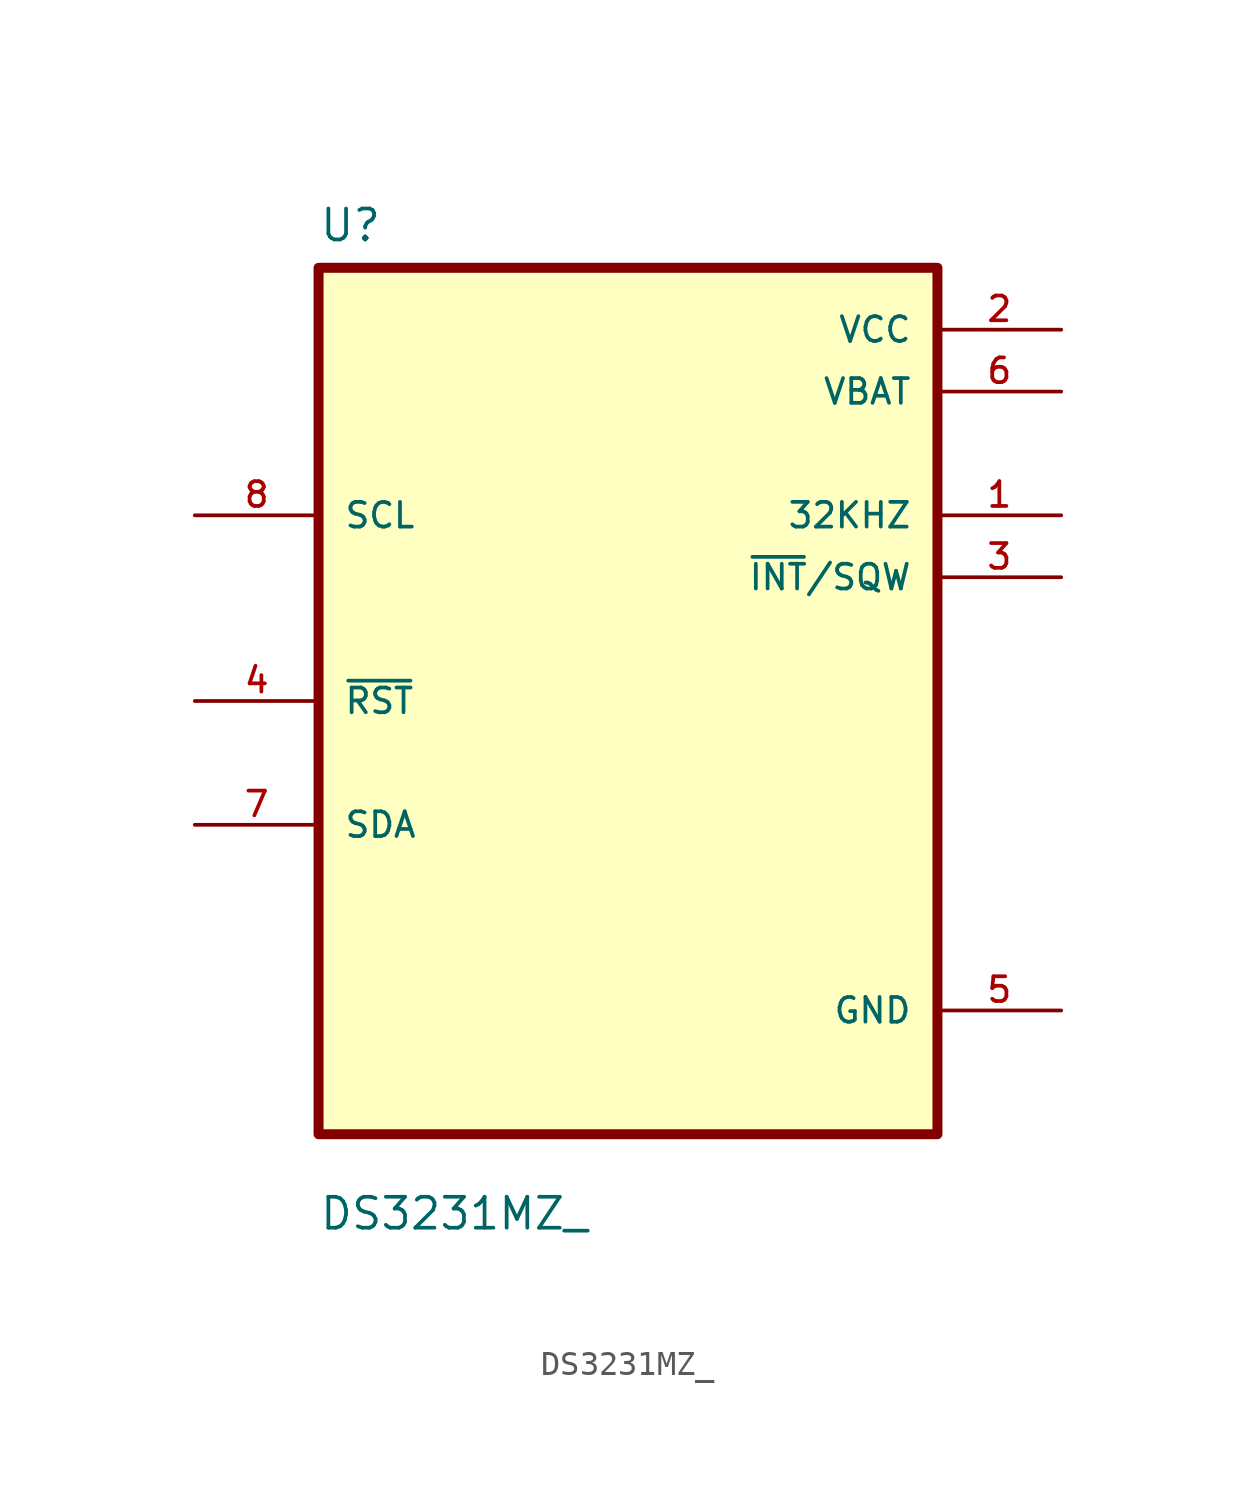
<source format=kicad_sym>
(kicad_symbol_lib
  (version 20211014)
  (generator kicad_symbol_editor)
  (symbol "DS3231MZ_"
    (pin_names
      (offset 1.016))
    (property "Reference" "U"
      (at -12.7 18.78 0.0)
      (effects (font (size 1.27 1.27)) (justify bottom left)))
    (property "Value" "DS3231MZ_"
      (at -12.7 -21.78 0.0)
      (effects (font (size 1.27 1.27)) (justify bottom left)))
    (symbol "DS3231MZ__0_0"
      (rectangle (start -12.7 -17.78) (end 12.7 17.78) (stroke (width 0.41)) (fill (type background)))
      (pin input line (at -17.78 7.62 0) (length 5.08) (name "SCL" (effects (font (size 1.016 1.016)))) (number "8" (effects (font (size 1.016 1.016)))))
      (pin bidirectional line (at -17.78 8.88178e-16 0) (length 5.08) (name "~{RST}" (effects (font (size 1.016 1.016)))) (number "4" (effects (font (size 1.016 1.016)))))
      (pin bidirectional line (at -17.78 -5.08 0) (length 5.08) (name "SDA" (effects (font (size 1.016 1.016)))) (number "7" (effects (font (size 1.016 1.016)))))
      (pin power_in line (at 17.78 15.24 180.0) (length 5.08) (name "VCC" (effects (font (size 1.016 1.016)))) (number "2" (effects (font (size 1.016 1.016)))))
      (pin power_in line (at 17.78 12.7 180.0) (length 5.08) (name "VBAT" (effects (font (size 1.016 1.016)))) (number "6" (effects (font (size 1.016 1.016)))))
      (pin output line (at 17.78 7.62 180.0) (length 5.08) (name "32KHZ" (effects (font (size 1.016 1.016)))) (number "1" (effects (font (size 1.016 1.016)))))
      (pin output line (at 17.78 5.08 180.0) (length 5.08) (name "~{INT}/SQW" (effects (font (size 1.016 1.016)))) (number "3" (effects (font (size 1.016 1.016)))))
      (pin power_in line (at 17.78 -12.7 180.0) (length 5.08) (name "GND" (effects (font (size 1.016 1.016)))) (number "5" (effects (font (size 1.016 1.016))))))))
</source>
